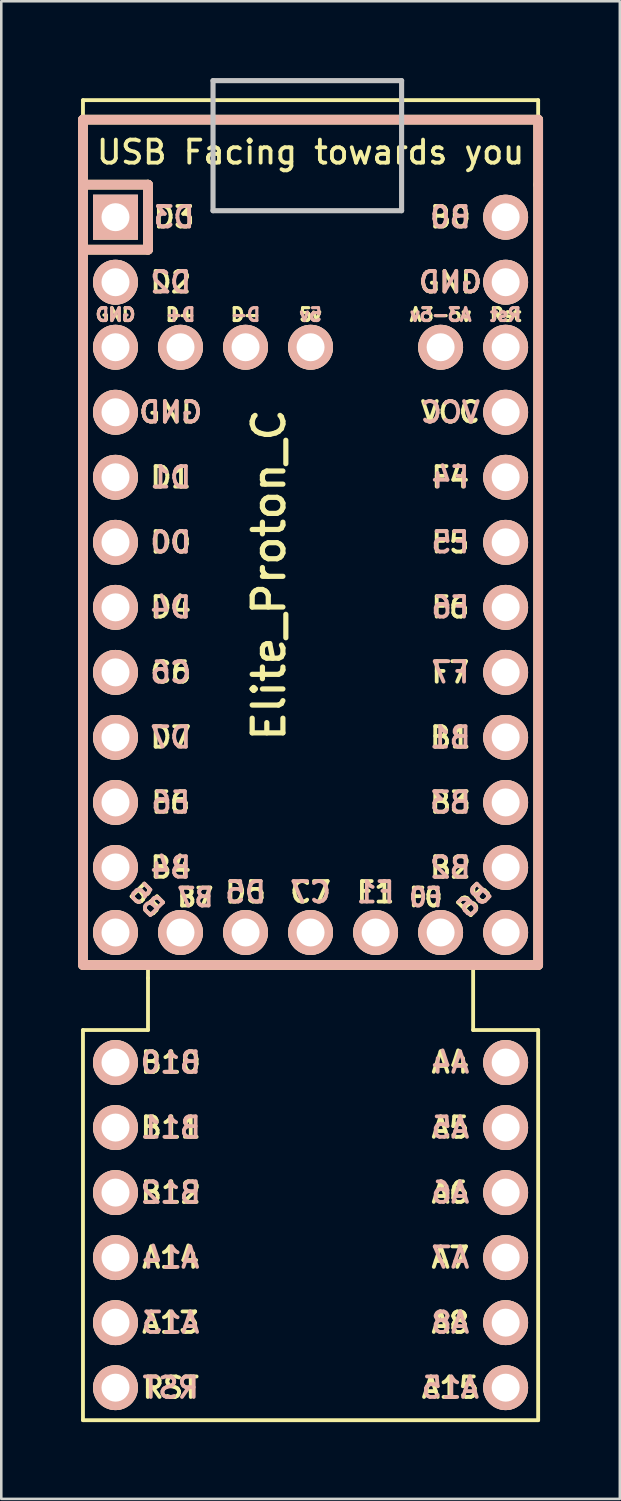
<source format=kicad_pcb>
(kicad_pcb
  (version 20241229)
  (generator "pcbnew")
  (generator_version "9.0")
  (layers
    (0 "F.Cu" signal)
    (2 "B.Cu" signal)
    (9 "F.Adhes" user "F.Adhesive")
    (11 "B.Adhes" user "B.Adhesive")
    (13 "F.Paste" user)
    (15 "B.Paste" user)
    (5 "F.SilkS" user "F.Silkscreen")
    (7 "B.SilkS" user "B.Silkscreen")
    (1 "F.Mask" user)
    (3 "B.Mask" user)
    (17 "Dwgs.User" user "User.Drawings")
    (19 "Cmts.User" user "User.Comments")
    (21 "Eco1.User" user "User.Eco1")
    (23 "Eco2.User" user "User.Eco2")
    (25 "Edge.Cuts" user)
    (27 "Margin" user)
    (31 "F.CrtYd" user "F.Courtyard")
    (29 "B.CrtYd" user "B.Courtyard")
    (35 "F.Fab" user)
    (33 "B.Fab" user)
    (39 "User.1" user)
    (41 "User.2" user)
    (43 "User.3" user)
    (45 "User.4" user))
  (footprint "Elite_Proton_C"
    (layer "F.Cu")
    (at 9.081 19.404)
    (property "Reference" "Elite_Proton_C" (at -1.625 0 270) (layer "F.SilkS") (effects (font (size 1.2 1.2) (thickness 0.203))))
    (attr through_hole)
    (fp_line (start -8.89 -18.542) (end 8.89 -18.542) (stroke (width 0.15) (type solid)) (layer "F.SilkS"))
    (fp_line (start -8.89 -17.78) (end -8.89 -18.542) (stroke (width 0.15) (type solid)) (layer "F.SilkS"))
    (fp_line (start -8.89 -17.78) (end -8.89 -15.24) (stroke (width 0.381) (type solid)) (layer "F.SilkS"))
    (fp_line (start -8.89 -15.24) (end -8.89 15.24) (stroke (width 0.381) (type solid)) (layer "F.SilkS"))
    (fp_line (start -8.89 15.24) (end 8.89 15.24) (stroke (width 0.381) (type solid)) (layer "F.SilkS"))
    (fp_line (start -8.89 33.02) (end -8.89 17.78) (stroke (width 0.15) (type solid)) (layer "F.SilkS"))
    (fp_line (start -6.35 -15.24) (end -8.89 -15.24) (stroke (width 0.381) (type solid)) (layer "F.SilkS"))
    (fp_line (start -6.35 -15.24) (end -6.35 -12.7) (stroke (width 0.381) (type solid)) (layer "F.SilkS"))
    (fp_line (start -6.35 -12.7) (end -8.89 -12.7) (stroke (width 0.381) (type solid)) (layer "F.SilkS"))
    (fp_line (start -6.35 15.748) (end -6.35 15.24) (stroke (width 0.15) (type solid)) (layer "F.SilkS"))
    (fp_line (start -6.35 15.748) (end -6.35 17.78) (stroke (width 0.15) (type solid)) (layer "F.SilkS"))
    (fp_line (start -6.35 17.78) (end -8.89 17.78) (stroke (width 0.15) (type solid)) (layer "F.SilkS"))
    (fp_line (start 6.35 15.24) (end 6.35 17.78) (stroke (width 0.15) (type solid)) (layer "F.SilkS"))
    (fp_line (start 6.35 17.78) (end 8.89 17.78) (stroke (width 0.15) (type solid)) (layer "F.SilkS"))
    (fp_line (start 8.89 -18.542) (end 8.89 -17.78) (stroke (width 0.15) (type solid)) (layer "F.SilkS"))
    (fp_line (start 8.89 -17.78) (end -8.89 -17.78) (stroke (width 0.381) (type solid)) (layer "F.SilkS"))
    (fp_line (start 8.89 -15.24) (end 8.89 -17.78) (stroke (width 0.381) (type solid)) (layer "F.SilkS"))
    (fp_line (start 8.89 15.24) (end 8.89 -15.24) (stroke (width 0.381) (type solid)) (layer "F.SilkS"))
    (fp_line (start 8.89 17.78) (end 8.89 33.02) (stroke (width 0.15) (type solid)) (layer "F.SilkS"))
    (fp_line (start 8.89 33.02) (end -8.89 33.02) (stroke (width 0.15) (type solid)) (layer "F.SilkS"))
    (fp_line (start -8.89 -17.78) (end -8.89 15.24) (stroke (width 0.381) (type solid)) (layer "B.SilkS"))
    (fp_line (start -8.89 15.24) (end 8.89 15.24) (stroke (width 0.381) (type solid)) (layer "B.SilkS"))
    (fp_line (start -6.35 -15.24) (end -8.89 -15.24) (stroke (width 0.381) (type solid)) (layer "B.SilkS"))
    (fp_line (start -6.35 -15.24) (end -6.35 -12.7) (stroke (width 0.381) (type solid)) (layer "B.SilkS"))
    (fp_line (start -6.35 -12.7) (end -8.89 -12.7) (stroke (width 0.381) (type solid)) (layer "B.SilkS"))
    (fp_line (start 8.89 -17.78) (end -8.89 -17.78) (stroke (width 0.381) (type solid)) (layer "B.SilkS"))
    (fp_line (start 8.89 15.24) (end 8.89 -17.78) (stroke (width 0.381) (type solid)) (layer "B.SilkS"))
    (fp_line (start -3.81 -19.304) (end 3.556 -19.304) (stroke (width 0.2) (type solid)) (layer "Dwgs.User"))
    (fp_line (start -3.81 -14.224) (end -3.81 -19.304) (stroke (width 0.2) (type solid)) (layer "Dwgs.User"))
    (fp_line (start 3.556 -19.304) (end 3.556 -14.224) (stroke (width 0.2) (type solid)) (layer "Dwgs.User"))
    (fp_line (start 3.556 -14.224) (end -3.81 -14.224) (stroke (width 0.2) (type solid)) (layer "Dwgs.User"))
    (fp_text user "A3-5v" (at 5.08 -10.16 0) (layer "F.SilkS") (effects (font (size 0.5 0.5) (thickness 0.125))))
    (fp_text user "B10" (at -5.461 19.05 180) (layer "F.SilkS") (effects (font (size 0.8 0.8) (thickness 0.15))))
    (fp_text user "B11" (at -5.461 21.59 180) (layer "F.SilkS") (effects (font (size 0.8 0.8) (thickness 0.15))))
    (fp_text user "A13" (at -5.461 29.21 180) (layer "F.SilkS") (effects (font (size 0.8 0.8) (thickness 0.15))))
    (fp_text user "A8" (at 5.461 29.21 180) (layer "F.SilkS") (effects (font (size 0.8 0.8) (thickness 0.15))))
    (fp_text user "A6" (at 5.461 24.13 180) (layer "F.SilkS") (effects (font (size 0.8 0.8) (thickness 0.15))))
    (fp_text user "A7" (at 5.461 26.67 180) (layer "F.SilkS") (effects (font (size 0.8 0.8) (thickness 0.15))))
    (fp_text user "GND" (at -5.461 -6.35 0) (layer "F.SilkS") (effects (font (size 0.8 0.8) (thickness 0.15))))
    (fp_text user "B0" (at 5.461 -13.97 0) (layer "F.SilkS") (effects (font (size 0.8 0.8) (thickness 0.15))))
    (fp_text user "F7" (at 5.461 3.81 0) (layer "F.SilkS") (effects (font (size 0.8 0.8) (thickness 0.15))))
    (fp_text user "B12" (at -5.461 24.13 180) (layer "F.SilkS") (effects (font (size 0.8 0.8) (thickness 0.15))))
    (fp_text user "B4" (at -5.461 11.43 0) (layer "F.SilkS") (effects (font (size 0.8 0.8) (thickness 0.15))))
    (fp_text user "D+" (at -5.08 -10.16 0) (layer "F.SilkS") (effects (font (size 0.5 0.5) (thickness 0.125))))
    (fp_text user "Rst" (at 7.62 -10.16 0) (layer "F.SilkS") (effects (font (size 0.5 0.5) (thickness 0.125))))
    (fp_text user "D2" (at -5.461 -11.43 0) (layer "F.SilkS") (effects (font (size 0.8 0.8) (thickness 0.15))))
    (fp_text user "A14" (at -5.461 26.67 180) (layer "F.SilkS") (effects (font (size 0.8 0.8) (thickness 0.15))))
    (fp_text user "C6" (at -5.461 3.81 0) (layer "F.SilkS") (effects (font (size 0.8 0.8) (thickness 0.15))))
    (fp_text user "C7" (at 0 12.4 0) (layer "F.SilkS") (effects (font (size 0.8 0.8) (thickness 0.15))))
    (fp_text user "A5" (at 5.461 21.59 180) (layer "F.SilkS") (effects (font (size 0.8 0.8) (thickness 0.15))))
    (fp_text user "5v" (at 0 -10.16 0) (layer "F.SilkS") (effects (font (size 0.5 0.5) (thickness 0.125))))
    (fp_text user "GND" (at 5.461 -11.43 0) (layer "F.SilkS") (effects (font (size 0.8 0.8) (thickness 0.15))))
    (fp_text user "B2" (at 5.461 11.43 0) (layer "F.SilkS") (effects (font (size 0.8 0.8) (thickness 0.15))))
    (fp_text user "USB Facing towards you" (at 0 -16.51 0) (layer "F.SilkS") (effects (font (size 0.9 0.9) (thickness 0.15))))
    (fp_text user "D1" (at -5.461 -3.81 0) (layer "F.SilkS") (effects (font (size 0.8 0.8) (thickness 0.15))))
    (fp_text user "B5" (at -6.4 12.7 315) (layer "F.SilkS") (effects (font (size 0.7 0.7) (thickness 0.15))))
    (fp_text user "F1" (at 2.54 12.4 0) (layer "F.SilkS") (effects (font (size 0.8 0.8) (thickness 0.15))))
    (fp_text user "D-" (at -2.54 -10.16 0) (layer "F.SilkS") (effects (font (size 0.5 0.5) (thickness 0.125))))
    (fp_text user "B7" (at -4.5 12.6 0) (layer "F.SilkS") (effects (font (size 0.7 0.7) (thickness 0.15))))
    (fp_text user "F6" (at 5.461 1.27 0) (layer "F.SilkS") (effects (font (size 0.8 0.8) (thickness 0.15))))
    (fp_text user "RST" (at -5.461 31.75 180) (layer "F.SilkS") (effects (font (size 0.8 0.8) (thickness 0.15))))
    (fp_text user "VCC" (at 5.461 -6.35 0) (layer "F.SilkS") (effects (font (size 0.8 0.8) (thickness 0.15))))
    (fp_text user "D7" (at -5.461 6.35 0) (layer "F.SilkS") (effects (font (size 0.8 0.8) (thickness 0.15))))
    (fp_text user "B3" (at 5.461 8.89 0) (layer "F.SilkS") (effects (font (size 0.8 0.8) (thickness 0.15))))
    (fp_text user "GND" (at -7.62 -10.16 0) (layer "F.SilkS") (effects (font (size 0.5 0.5) (thickness 0.125))))
    (fp_text user "D4" (at -5.461 1.27 0) (layer "F.SilkS") (effects (font (size 0.8 0.8) (thickness 0.15))))
    (fp_text user "B1" (at 5.461 6.35 0) (layer "F.SilkS") (effects (font (size 0.8 0.8) (thickness 0.15))))
    (fp_text user "A15" (at 5.461 31.75 180) (layer "F.SilkS") (effects (font (size 0.8 0.8) (thickness 0.15))))
    (fp_text user "F4" (at 5.461 -3.81 0) (layer "F.SilkS") (effects (font (size 0.8 0.8) (thickness 0.15))))
    (fp_text user "F5" (at 5.461 -1.27 0) (layer "F.SilkS") (effects (font (size 0.8 0.8) (thickness 0.15))))
    (fp_text user "A4" (at 5.461 19.05 180) (layer "F.SilkS") (effects (font (size 0.8 0.8) (thickness 0.15))))
    (fp_text user "E6" (at -5.461 8.89 0) (layer "F.SilkS") (effects (font (size 0.8 0.8) (thickness 0.15))))
    (fp_text user "D0" (at -5.461 -1.27 0) (layer "F.SilkS") (effects (font (size 0.8 0.8) (thickness 0.15))))
    (fp_text user "D5" (at -2.54 12.4 0) (layer "F.SilkS") (effects (font (size 0.8 0.8) (thickness 0.15))))
    (fp_text user "B6" (at 6.4 12.7 45) (unlocked yes) (layer "F.SilkS") (effects (font (size 0.7 0.7) (thickness 0.15))))
    (fp_text user "F0" (at 4.5 12.6 0) (layer "F.SilkS") (effects (font (size 0.7 0.7) (thickness 0.15))))
    (fp_text user "D3" (at -5.334 -13.97 0) (layer "F.SilkS") (effects (font (size 0.8 0.8) (thickness 0.15))))
    (fp_text user "VCC" (at 5.461 -6.35 0) (layer "B.SilkS") (effects (font (size 0.8 0.8) (thickness 0.15)) (justify mirror)))
    (fp_text user "B4" (at -5.461 11.43 0) (layer "B.SilkS") (effects (font (size 0.8 0.8) (thickness 0.15)) (justify mirror)))
    (fp_text user "GND" (at -7.62 -10.16 0) (layer "B.SilkS") (effects (font (size 0.5 0.5) (thickness 0.125)) (justify mirror)))
    (fp_text user "F1" (at 2.54 12.4 0) (layer "B.SilkS") (effects (font (size 0.8 0.8) (thickness 0.15)) (justify mirror)))
    (fp_text user "D+" (at -5.08 -10.16 0) (layer "B.SilkS") (effects (font (size 0.5 0.5) (thickness 0.125)) (justify mirror)))
    (fp_text user "B12" (at -5.461 24.13 0) (layer "B.SilkS") (effects (font (size 0.8 0.8) (thickness 0.15)) (justify mirror)))
    (fp_text user "5v" (at 0 -10.16 0) (layer "B.SilkS") (effects (font (size 0.5 0.5) (thickness 0.125)) (justify mirror)))
    (fp_text user "A5" (at 5.461 21.59 0) (layer "B.SilkS") (effects (font (size 0.8 0.8) (thickness 0.15)) (justify mirror)))
    (fp_text user "C6" (at -5.461 3.81 0) (layer "B.SilkS") (effects (font (size 0.8 0.8) (thickness 0.15)) (justify mirror)))
    (fp_text user "GND" (at 5.461 -11.43 0) (layer "B.SilkS") (effects (font (size 0.8 0.8) (thickness 0.15)) (justify mirror)))
    (fp_text user "A14" (at -5.461 26.67 0) (layer "B.SilkS") (effects (font (size 0.8 0.8) (thickness 0.15)) (justify mirror)))
    (fp_text user "D1" (at -5.461 -3.81 0) (layer "B.SilkS") (effects (font (size 0.8 0.8) (thickness 0.15)) (justify mirror)))
    (fp_text user "B2" (at 5.461 11.43 0) (layer "B.SilkS") (effects (font (size 0.8 0.8) (thickness 0.15)) (justify mirror)))
    (fp_text user "B5" (at -6.4 12.7 315) (layer "B.SilkS") (effects (font (size 0.7 0.7) (thickness 0.15)) (justify mirror)))
    (fp_text user "F7" (at 5.461 3.81 0) (layer "B.SilkS") (effects (font (size 0.8 0.8) (thickness 0.15)) (justify mirror)))
    (fp_text user "D0" (at -5.461 -1.27 0) (layer "B.SilkS") (effects (font (size 0.8 0.8) (thickness 0.15)) (justify mirror)))
    (fp_text user "D4" (at -5.461 1.27 0) (layer "B.SilkS") (effects (font (size 0.8 0.8) (thickness 0.15)) (justify mirror)))
    (fp_text user "A4" (at 5.461 19.05 0) (layer "B.SilkS") (effects (font (size 0.8 0.8) (thickness 0.15)) (justify mirror)))
    (fp_text user "B7" (at -4.5 12.6 0) (layer "B.SilkS") (effects (font (size 0.7 0.7) (thickness 0.15)) (justify mirror)))
    (fp_text user "B6" (at 6.4 12.7 45) (unlocked yes) (layer "B.SilkS") (effects (font (size 0.7 0.7) (thickness 0.15)) (justify mirror)))
    (fp_text user "B10" (at -5.461 19.05 0) (layer "B.SilkS") (effects (font (size 0.8 0.8) (thickness 0.15)) (justify mirror)))
    (fp_text user "D7" (at -5.461 6.35 0) (layer "B.SilkS") (effects (font (size 0.8 0.8) (thickness 0.15)) (justify mirror)))
    (fp_text user "F6" (at 5.461 1.27 0) (layer "B.SilkS") (effects (font (size 0.8 0.8) (thickness 0.15)) (justify mirror)))
    (fp_text user "A3-5v" (at 5.08 -10.16 0) (layer "B.SilkS") (effects (font (size 0.5 0.5) (thickness 0.125)) (justify mirror)))
    (fp_text user "D5" (at -2.54 12.4 0) (layer "B.SilkS") (effects (font (size 0.8 0.8) (thickness 0.15)) (justify mirror)))
    (fp_text user "F0" (at 4.5 12.6 0) (layer "B.SilkS") (effects (font (size 0.7 0.7) (thickness 0.15)) (justify mirror)))
    (fp_text user "B11" (at -5.461 21.59 0) (layer "B.SilkS") (effects (font (size 0.8 0.8) (thickness 0.15)) (justify mirror)))
    (fp_text user "A8" (at 5.461 29.21 0) (layer "B.SilkS") (effects (font (size 0.8 0.8) (thickness 0.15)) (justify mirror)))
    (fp_text user "D2" (at -5.461 -11.43 0) (layer "B.SilkS") (effects (font (size 0.8 0.8) (thickness 0.15)) (justify mirror)))
    (fp_text user "B0" (at 5.461 -13.97 0) (layer "B.SilkS") (effects (font (size 0.8 0.8) (thickness 0.15)) (justify mirror)))
    (fp_text user "GND" (at -5.461 -6.35 0) (layer "B.SilkS") (effects (font (size 0.8 0.8) (thickness 0.15)) (justify mirror)))
    (fp_text user "E6" (at -5.461 8.89 0) (layer "B.SilkS") (effects (font (size 0.8 0.8) (thickness 0.15)) (justify mirror)))
    (fp_text user "A13" (at -5.461 29.21 0) (layer "B.SilkS") (effects (font (size 0.8 0.8) (thickness 0.15)) (justify mirror)))
    (fp_text user "B3" (at 5.461 8.89 0) (layer "B.SilkS") (effects (font (size 0.8 0.8) (thickness 0.15)) (justify mirror)))
    (fp_text user "Rst" (at 7.62 -10.16 0) (layer "B.SilkS") (effects (font (size 0.5 0.5) (thickness 0.125)) (justify mirror)))
    (fp_text user "RST" (at -5.461 31.75 0) (layer "B.SilkS") (effects (font (size 0.8 0.8) (thickness 0.15)) (justify mirror)))
    (fp_text user "B1" (at 5.461 6.35 0) (layer "B.SilkS") (effects (font (size 0.8 0.8) (thickness 0.15)) (justify mirror)))
    (fp_text user "F4" (at 5.461 -3.81 0) (layer "B.SilkS") (effects (font (size 0.8 0.8) (thickness 0.15)) (justify mirror)))
    (fp_text user "F5" (at 5.461 -1.27 0) (layer "B.SilkS") (effects (font (size 0.8 0.8) (thickness 0.15)) (justify mirror)))
    (fp_text user "D-" (at -2.54 -10.16 0) (layer "B.SilkS") (effects (font (size 0.5 0.5) (thickness 0.125)) (justify mirror)))
    (fp_text user "A6" (at 5.461 24.13 0) (layer "B.SilkS") (effects (font (size 0.8 0.8) (thickness 0.15)) (justify mirror)))
    (fp_text user "D3" (at -5.334 -13.97 0) (layer "B.SilkS") (effects (font (size 0.8 0.8) (thickness 0.15)) (justify mirror)))
    (fp_text user "C7" (at 0 12.4 0) (layer "B.SilkS") (effects (font (size 0.8 0.8) (thickness 0.15)) (justify mirror)))
    (fp_text user "A15" (at 5.461 31.75 0) (layer "B.SilkS") (effects (font (size 0.8 0.8) (thickness 0.15)) (justify mirror)))
    (fp_text user "A7" (at 5.461 26.67 0) (layer "B.SilkS") (effects (font (size 0.8 0.8) (thickness 0.15)) (justify mirror)))
    (pad "1" thru_hole rect (at -7.62 -13.97 270) (size 1.753 1.753) (drill 1.092) (layers "*.Cu" "*.SilkS" "*.Mask"))
    (pad "2" thru_hole circle (at -7.62 -11.43 270) (size 1.753 1.753) (drill 1.092) (layers "*.Cu" "*.SilkS" "*.Mask"))
    (pad "3" thru_hole circle (at -7.62 -8.89 270) (size 1.753 1.753) (drill 1.092) (layers "*.Cu" "*.SilkS" "*.Mask"))
    (pad "4" thru_hole circle (at -7.62 -6.35 270) (size 1.753 1.753) (drill 1.092) (layers "*.Cu" "*.SilkS" "*.Mask"))
    (pad "5" thru_hole circle (at -7.62 -3.81 270) (size 1.753 1.753) (drill 1.092) (layers "*.Cu" "*.SilkS" "*.Mask"))
    (pad "6" thru_hole circle (at -7.62 -1.27 270) (size 1.753 1.753) (drill 1.092) (layers "*.Cu" "*.SilkS" "*.Mask"))
    (pad "7" thru_hole circle (at -7.62 1.27 270) (size 1.753 1.753) (drill 1.092) (layers "*.Cu" "*.SilkS" "*.Mask"))
    (pad "8" thru_hole circle (at -7.62 3.81 270) (size 1.753 1.753) (drill 1.092) (layers "*.Cu" "*.SilkS" "*.Mask"))
    (pad "9" thru_hole circle (at -7.62 6.35 270) (size 1.753 1.753) (drill 1.092) (layers "*.Cu" "*.SilkS" "*.Mask"))
    (pad "10" thru_hole circle (at -7.62 8.89 270) (size 1.753 1.753) (drill 1.092) (layers "*.Cu" "*.SilkS" "*.Mask"))
    (pad "11" thru_hole circle (at -7.62 11.43 270) (size 1.753 1.753) (drill 1.092) (layers "*.Cu" "*.SilkS" "*.Mask"))
    (pad "12" thru_hole circle (at -7.62 13.97 270) (size 1.753 1.753) (drill 1.092) (layers "*.Cu" "*.SilkS" "*.Mask"))
    (pad "13" thru_hole circle (at 7.62 13.97 270) (size 1.753 1.753) (drill 1.092) (layers "*.Cu" "*.SilkS" "*.Mask"))
    (pad "14" thru_hole circle (at 7.62 11.43 270) (size 1.753 1.753) (drill 1.092) (layers "*.Cu" "*.SilkS" "*.Mask"))
    (pad "15" thru_hole circle (at 7.62 8.89 270) (size 1.753 1.753) (drill 1.092) (layers "*.Cu" "*.SilkS" "*.Mask"))
    (pad "16" thru_hole circle (at 7.62 6.35 270) (size 1.753 1.753) (drill 1.092) (layers "*.Cu" "*.SilkS" "*.Mask"))
    (pad "17" thru_hole circle (at 7.62 3.81 270) (size 1.753 1.753) (drill 1.092) (layers "*.Cu" "*.SilkS" "*.Mask"))
    (pad "18" thru_hole circle (at 7.62 1.27 270) (size 1.753 1.753) (drill 1.092) (layers "*.Cu" "*.SilkS" "*.Mask"))
    (pad "19" thru_hole circle (at 7.62 -1.27 270) (size 1.753 1.753) (drill 1.092) (layers "*.Cu" "*.SilkS" "*.Mask"))
    (pad "20" thru_hole circle (at 7.62 -3.81 270) (size 1.753 1.753) (drill 1.092) (layers "*.Cu" "*.SilkS" "*.Mask"))
    (pad "21" thru_hole circle (at 7.62 -6.35 270) (size 1.753 1.753) (drill 1.092) (layers "*.Cu" "*.SilkS" "*.Mask"))
    (pad "22" thru_hole circle (at 7.62 -8.89 270) (size 1.753 1.753) (drill 1.092) (layers "*.Cu" "*.SilkS" "*.Mask"))
    (pad "23" thru_hole circle (at 7.62 -11.43 270) (size 1.753 1.753) (drill 1.092) (layers "*.Cu" "*.SilkS" "*.Mask"))
    (pad "24" thru_hole circle (at 7.62 -13.97 270) (size 1.753 1.753) (drill 1.092) (layers "*.Cu" "*.SilkS" "*.Mask"))
    (pad "25" thru_hole circle (at -7.62 19.05 270) (size 1.753 1.753) (drill 1.092) (layers "*.Cu" "*.SilkS" "*.Mask"))
    (pad "25" thru_hole circle (at -5.08 13.97 270) (size 1.753 1.753) (drill 1.092) (layers "*.Cu" "*.SilkS" "*.Mask"))
    (pad "26" thru_hole circle (at -7.62 21.59 270) (size 1.753 1.753) (drill 1.092) (layers "*.Cu" "*.SilkS" "*.Mask"))
    (pad "26" thru_hole circle (at -2.54 13.97 270) (size 1.753 1.753) (drill 1.092) (layers "*.Cu" "*.SilkS" "*.Mask"))
    (pad "27" thru_hole circle (at -7.62 24.13 270) (size 1.753 1.753) (drill 1.092) (layers "*.Cu" "*.SilkS" "*.Mask"))
    (pad "27" thru_hole circle (at 0 13.97 270) (size 1.753 1.753) (drill 1.092) (layers "*.Cu" "*.SilkS" "*.Mask"))
    (pad "28" thru_hole circle (at -7.62 26.67 270) (size 1.753 1.753) (drill 1.092) (layers "*.Cu" "*.SilkS" "*.Mask"))
    (pad "28" thru_hole circle (at 2.54 13.97 270) (size 1.753 1.753) (drill 1.092) (layers "*.Cu" "*.SilkS" "*.Mask"))
    (pad "29" thru_hole circle (at -7.62 29.21 270) (size 1.753 1.753) (drill 1.092) (layers "*.Cu" "*.SilkS" "*.Mask"))
    (pad "29" thru_hole circle (at 5.08 13.97 270) (size 1.753 1.753) (drill 1.092) (layers "*.Cu" "*.SilkS" "*.Mask"))
    (pad "30" thru_hole circle (at -7.62 31.75 270) (size 1.753 1.753) (drill 1.092) (layers "*.Cu" "*.SilkS" "*.Mask"))
    (pad "31" thru_hole circle (at 7.62 31.75 270) (size 1.753 1.753) (drill 1.092) (layers "*.Cu" "*.SilkS" "*.Mask"))
    (pad "32" thru_hole circle (at 7.62 29.21 270) (size 1.753 1.753) (drill 1.092) (layers "*.Cu" "*.SilkS" "*.Mask"))
    (pad "33" thru_hole circle (at 7.62 26.67 270) (size 1.753 1.753) (drill 1.092) (layers "*.Cu" "*.SilkS" "*.Mask"))
    (pad "34" thru_hole circle (at 7.62 24.13 270) (size 1.753 1.753) (drill 1.092) (layers "*.Cu" "*.SilkS" "*.Mask"))
    (pad "35" thru_hole circle (at 7.62 21.59 270) (size 1.753 1.753) (drill 1.092) (layers "*.Cu" "*.SilkS" "*.Mask"))
    (pad "36" thru_hole circle (at 7.62 19.05 270) (size 1.753 1.753) (drill 1.092) (layers "*.Cu" "*.SilkS" "*.Mask"))
    (pad "37" thru_hole circle (at -5.08 -8.89 270) (size 1.753 1.753) (drill 1.092) (layers "*.Cu" "*.SilkS" "*.Mask"))
    (pad "38" thru_hole circle (at -2.54 -8.89 270) (size 1.753 1.753) (drill 1.092) (layers "*.Cu" "*.SilkS" "*.Mask"))
    (pad "39" thru_hole circle (at 0 -8.89 270) (size 1.753 1.753) (drill 1.092) (layers "*.Cu" "*.SilkS" "*.Mask"))
    (pad "40" thru_hole circle (at 5.08 -8.89 270) (size 1.753 1.753) (drill 1.092) (layers "*.Cu" "*.SilkS" "*.Mask")))
  (gr_rect
    (start -3 -3)
    (end 21.161 55.499)
    (stroke (width 0.1) (type default))
    (fill no)
    (layer "Edge.Cuts")))
</source>
